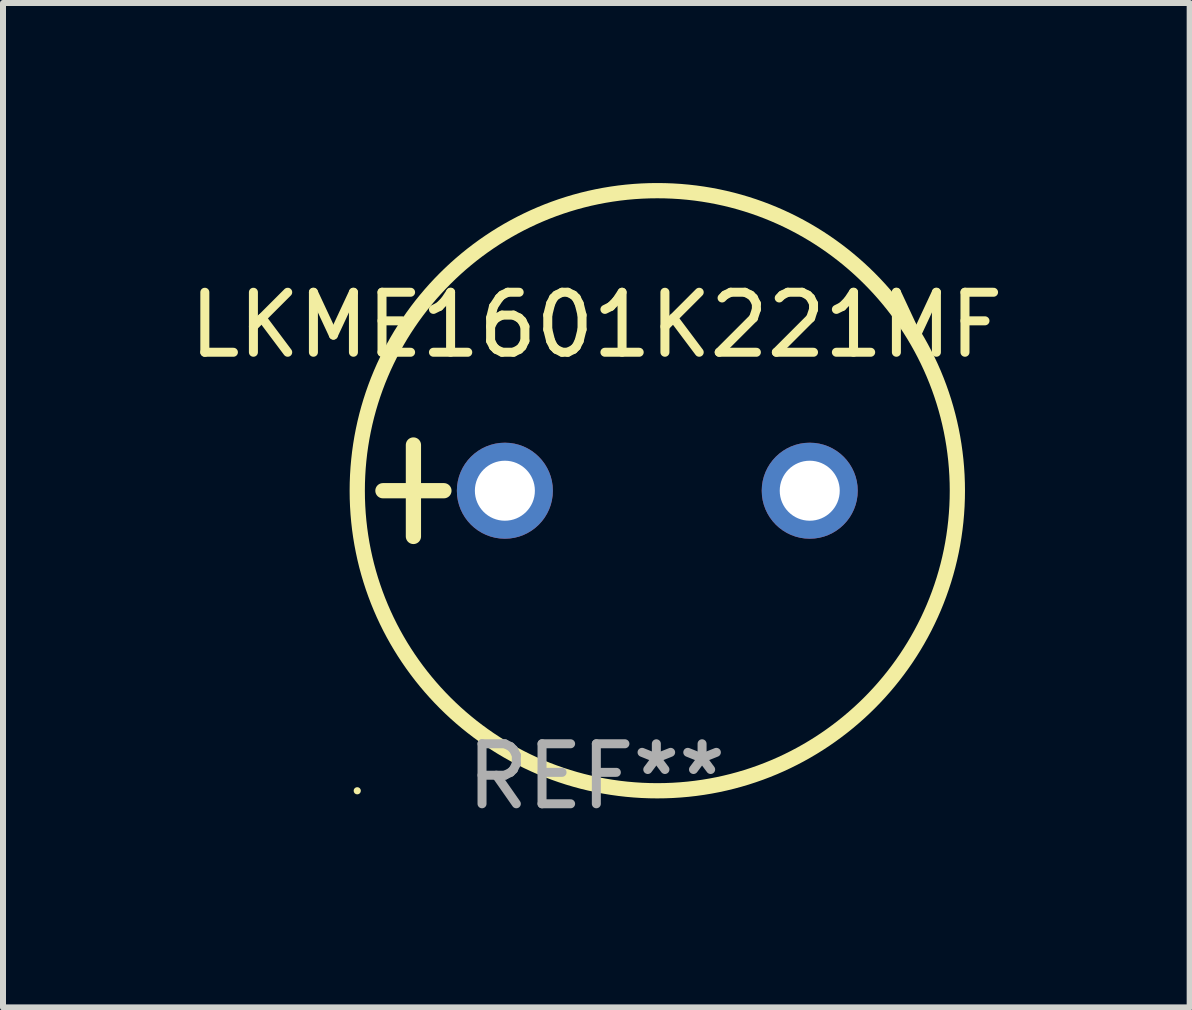
<source format=kicad_pcb>
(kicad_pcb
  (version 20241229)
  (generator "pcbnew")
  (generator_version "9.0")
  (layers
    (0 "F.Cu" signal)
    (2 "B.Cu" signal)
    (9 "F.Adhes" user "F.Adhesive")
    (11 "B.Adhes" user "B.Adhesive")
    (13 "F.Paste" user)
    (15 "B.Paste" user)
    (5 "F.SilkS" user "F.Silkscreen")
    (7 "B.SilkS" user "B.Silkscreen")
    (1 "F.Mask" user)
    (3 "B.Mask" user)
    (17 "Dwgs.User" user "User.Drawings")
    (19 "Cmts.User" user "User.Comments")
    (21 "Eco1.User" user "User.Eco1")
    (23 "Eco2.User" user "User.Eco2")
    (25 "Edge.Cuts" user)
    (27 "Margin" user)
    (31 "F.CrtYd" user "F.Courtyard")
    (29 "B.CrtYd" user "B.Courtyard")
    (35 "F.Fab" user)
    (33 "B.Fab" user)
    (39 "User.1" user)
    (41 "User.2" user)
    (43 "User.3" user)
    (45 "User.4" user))
  (footprint "LKME1601K221MF"
    (layer "F.Cu")
    (at 6.887 5.127)
    (property "Reference" "LKME1601K221MF" (at 0 -2.762 0) (layer "F.SilkS") (effects (font (size 1 1) (thickness 0.15))))
    (attr through_hole)
    (fp_line (start -3.556 0) (end -2.54 0) (stroke (width 0.254) (type solid)) (layer "F.SilkS"))
    (fp_line (start -3.048 -0.762) (end -3.048 0.762) (stroke (width 0.254) (type solid)) (layer "F.SilkS"))
    (fp_circle (center -3.984 5) (end -3.954 5) (stroke (width 0.06) (type solid)) (fill no) (layer "F.SilkS"))
    (fp_circle (center 1.016 0) (end 6.016 0) (stroke (width 0.254) (type solid)) (fill no) (layer "F.SilkS"))
    (fp_text user "REF**" (at 0 4.762 0) (layer "F.Fab") (effects (font (size 1 1) (thickness 0.15))))
    (pad "1" thru_hole circle (at -1.524 0) (size 1.6 1.6) (drill 1) (layers "*.Cu" "*.Mask"))
    (pad "2" thru_hole circle (at 3.556 0) (size 1.6 1.6) (drill 1) (layers "*.Cu" "*.Mask")))
  (gr_rect
    (start -3 -3)
    (end 16.774 13.737)
    (stroke (width 0.1) (type default))
    (fill no)
    (layer "Edge.Cuts")))
</source>
